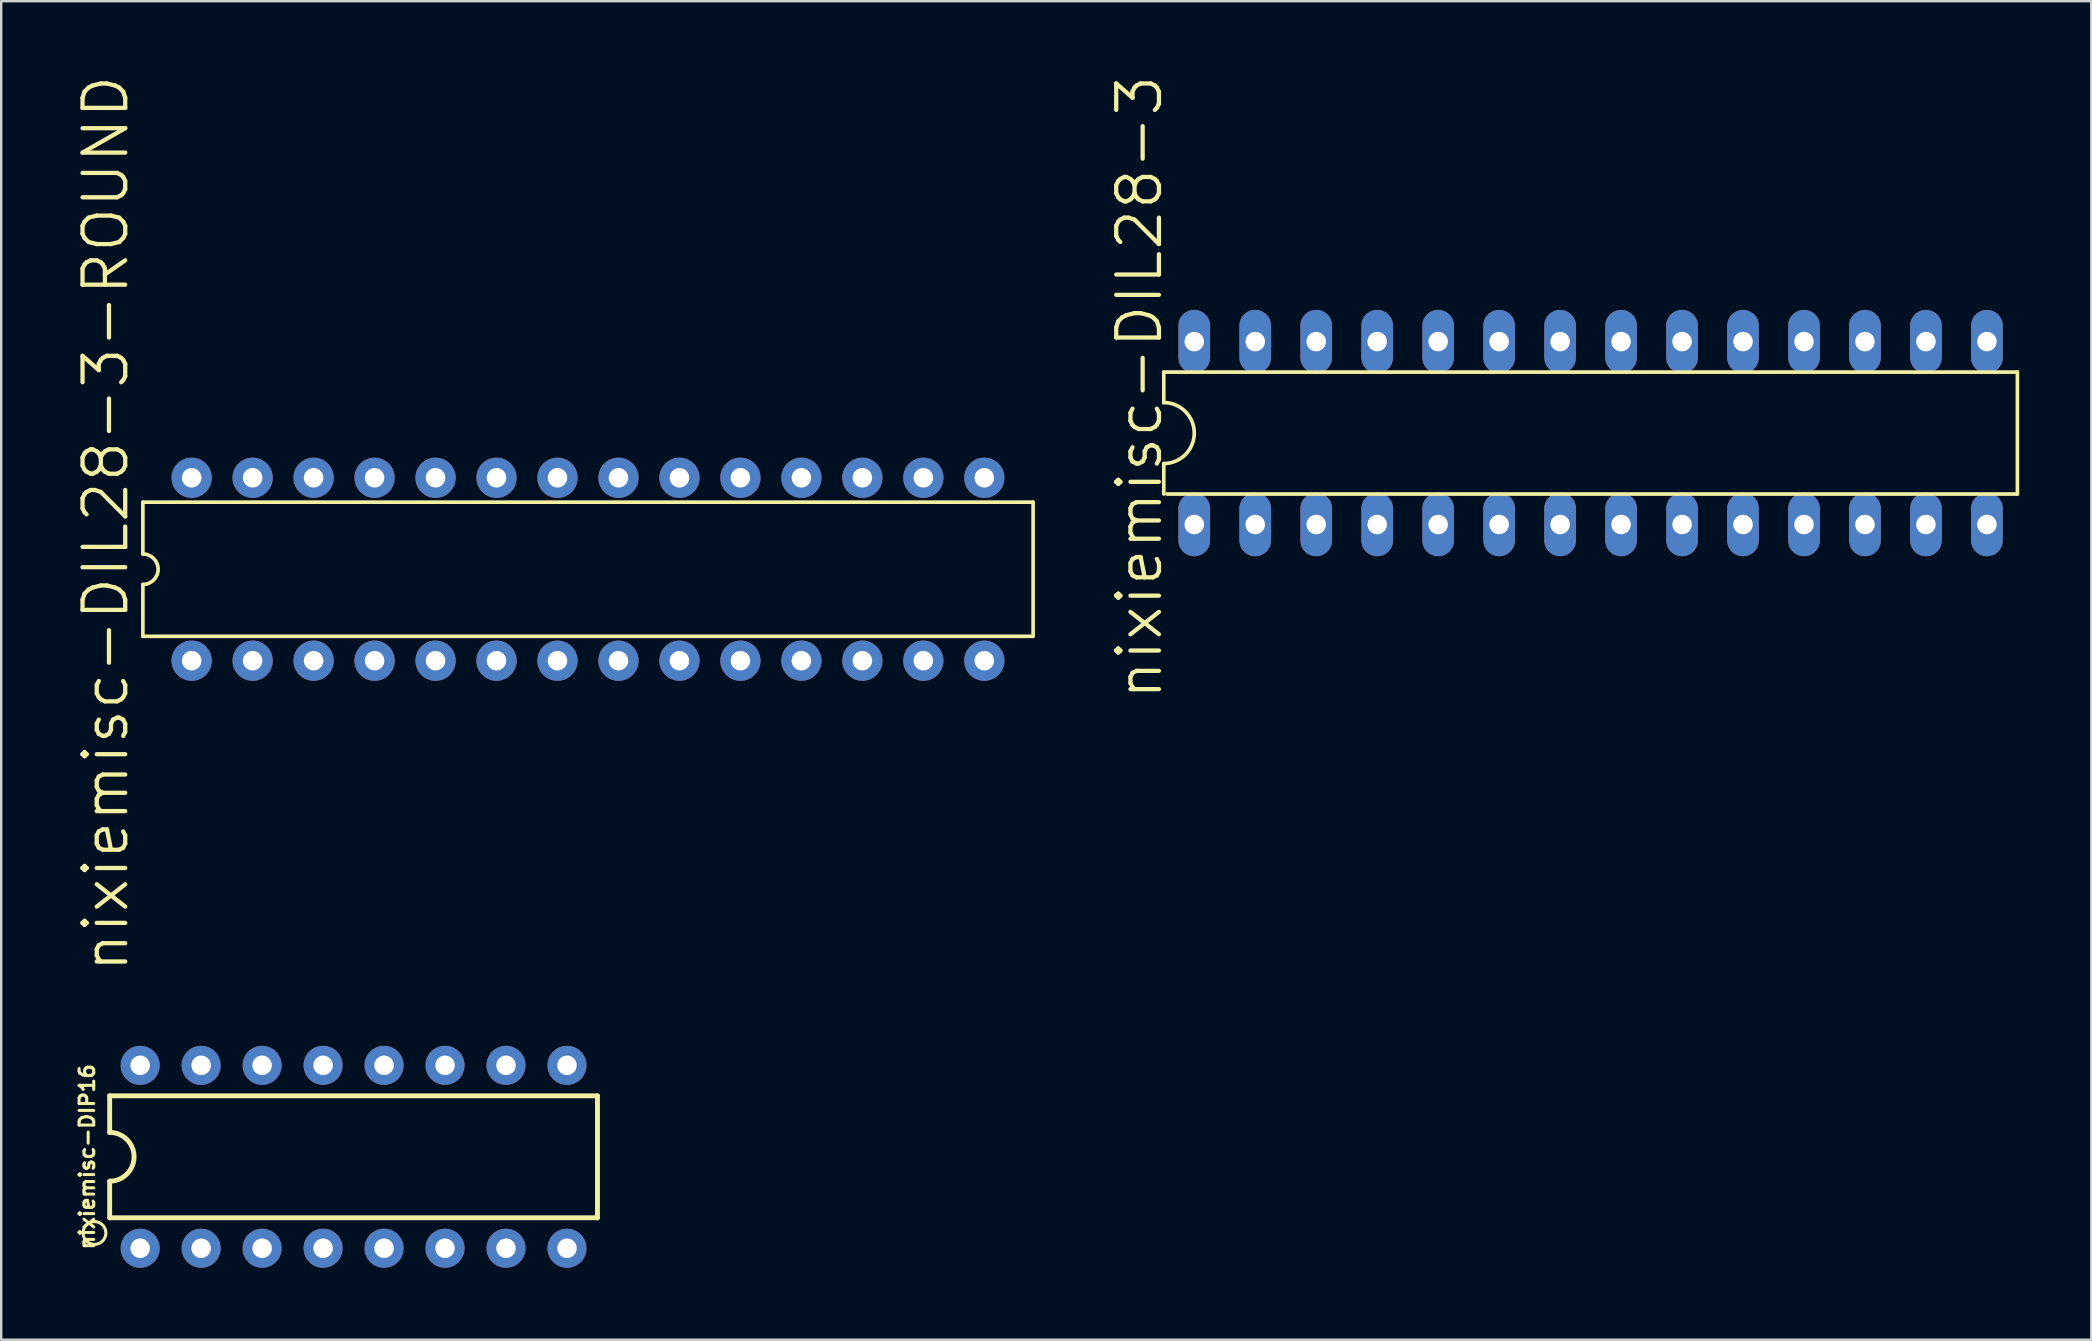
<source format=kicad_pcb>
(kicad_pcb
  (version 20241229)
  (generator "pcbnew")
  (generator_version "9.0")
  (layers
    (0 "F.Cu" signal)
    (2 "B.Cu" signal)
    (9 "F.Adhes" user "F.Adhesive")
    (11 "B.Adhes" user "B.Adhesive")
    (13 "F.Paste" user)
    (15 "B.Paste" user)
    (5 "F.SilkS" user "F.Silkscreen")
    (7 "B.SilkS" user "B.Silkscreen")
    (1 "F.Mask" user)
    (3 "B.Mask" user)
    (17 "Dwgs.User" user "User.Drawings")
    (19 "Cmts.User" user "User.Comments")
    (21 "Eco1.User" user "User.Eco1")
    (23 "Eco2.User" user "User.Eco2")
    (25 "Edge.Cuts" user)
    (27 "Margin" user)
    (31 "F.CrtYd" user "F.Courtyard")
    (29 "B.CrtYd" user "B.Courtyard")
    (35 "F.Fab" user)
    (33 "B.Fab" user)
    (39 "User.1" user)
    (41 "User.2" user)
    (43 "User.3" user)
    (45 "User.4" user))
  (footprint "nixiemisc-DIP16"
    (layer "F.Cu")
    (at 11.679 45.139)
    (property "Reference" "nixiemisc-DIP16" (at -11.1 0 90) (unlocked yes) (layer "F.SilkS") (effects (font (size 0.61 0.61) (thickness 0.127))))
    (attr exclude_from_pos_files exclude_from_bom)
    (fp_line (start -10.16 -2.54) (end -10.16 -1.016) (stroke (width 0.203) (type solid)) (layer "F.SilkS"))
    (fp_line (start -10.16 2.54) (end -10.16 1.016) (stroke (width 0.203) (type solid)) (layer "F.SilkS"))
    (fp_line (start -10.16 2.54) (end 10.16 2.54) (stroke (width 0.203) (type solid)) (layer "F.SilkS"))
    (fp_line (start 10.16 -2.54) (end -10.16 -2.54) (stroke (width 0.203) (type solid)) (layer "F.SilkS"))
    (fp_line (start 10.16 -2.54) (end 10.16 2.54) (stroke (width 0.203) (type solid)) (layer "F.SilkS"))
    (fp_arc (start -10.16 -1.016) (mid -9.144 0) (end -10.16 1.016) (stroke (width 0.2032) (type solid)) (layer "F.SilkS"))
    (fp_poly (pts (xy -11.27 3.175) (xy -11.257 3.068) (xy -11.222 2.967) (xy -11.166 2.878) (xy -11.09 2.802) (xy -11.001 2.746) (xy -10.899 2.71) (xy -10.795 2.697) (xy -10.688 2.71) (xy -10.587 2.746) (xy -10.498 2.802) (xy -10.422 2.878) (xy -10.366 2.967) (xy -10.33 3.068) (xy -10.317 3.175) (xy -10.33 3.279) (xy -10.366 3.381) (xy -10.422 3.47) (xy -10.498 3.546) (xy -10.587 3.602) (xy -10.688 3.637) (xy -10.795 3.65) (xy -10.899 3.637) (xy -11.001 3.602) (xy -11.09 3.546) (xy -11.166 3.47) (xy -11.222 3.381) (xy -11.257 3.279) (xy -11.27 3.175)) (stroke (width 0.127) (type solid)) (fill no) (layer "F.SilkS"))
    (pad "1" thru_hole circle (at -8.89 3.81) (size 1.626 1.626) (drill 0.813) (layers "*.Cu" "*.Mask"))
    (pad "2" thru_hole circle (at -6.35 3.81) (size 1.626 1.626) (drill 0.813) (layers "*.Cu" "*.Mask"))
    (pad "3" thru_hole circle (at -3.81 3.81) (size 1.626 1.626) (drill 0.813) (layers "*.Cu" "*.Mask"))
    (pad "4" thru_hole circle (at -1.27 3.81) (size 1.626 1.626) (drill 0.813) (layers "*.Cu" "*.Mask"))
    (pad "5" thru_hole circle (at 1.27 3.81) (size 1.626 1.626) (drill 0.813) (layers "*.Cu" "*.Mask"))
    (pad "6" thru_hole circle (at 3.81 3.81) (size 1.626 1.626) (drill 0.813) (layers "*.Cu" "*.Mask"))
    (pad "7" thru_hole circle (at 6.35 3.81) (size 1.626 1.626) (drill 0.813) (layers "*.Cu" "*.Mask"))
    (pad "8" thru_hole circle (at 8.89 3.81) (size 1.626 1.626) (drill 0.813) (layers "*.Cu" "*.Mask"))
    (pad "9" thru_hole circle (at 8.89 -3.81) (size 1.626 1.626) (drill 0.813) (layers "*.Cu" "*.Mask"))
    (pad "10" thru_hole circle (at 6.35 -3.81) (size 1.626 1.626) (drill 0.813) (layers "*.Cu" "*.Mask"))
    (pad "11" thru_hole circle (at 3.81 -3.81) (size 1.626 1.626) (drill 0.813) (layers "*.Cu" "*.Mask"))
    (pad "12" thru_hole circle (at 1.27 -3.81) (size 1.626 1.626) (drill 0.813) (layers "*.Cu" "*.Mask"))
    (pad "13" thru_hole circle (at -1.27 -3.81) (size 1.626 1.626) (drill 0.813) (layers "*.Cu" "*.Mask"))
    (pad "14" thru_hole circle (at -3.81 -3.81) (size 1.626 1.626) (drill 0.813) (layers "*.Cu" "*.Mask"))
    (pad "15" thru_hole circle (at -6.35 -3.81) (size 1.626 1.626) (drill 0.813) (layers "*.Cu" "*.Mask"))
    (pad "16" thru_hole circle (at -8.89 -3.81) (size 1.626 1.626) (drill 0.813) (layers "*.Cu" "*.Mask")))
  (footprint "nixiemisc-DIL28-3"
    (layer "F.Cu")
    (at 63.21 14.99)
    (property "Reference" "nixiemisc-DIL28-3" (at -18.796 -1.905 90) (unlocked yes) (layer "F.SilkS") (effects (font (size 1.778 1.778) (thickness 0.178))))
    (attr exclude_from_pos_files exclude_from_bom)
    (fp_line (start -17.78 -2.54) (end -17.78 -1.27) (stroke (width 0.152) (type solid)) (layer "F.SilkS"))
    (fp_line (start -17.78 -2.54) (end 17.78 -2.54) (stroke (width 0.152) (type solid)) (layer "F.SilkS"))
    (fp_line (start -17.78 1.27) (end -17.78 2.54) (stroke (width 0.152) (type solid)) (layer "F.SilkS"))
    (fp_line (start -17.65 2.54) (end 17.78 2.54) (stroke (width 0.152) (type solid)) (layer "F.SilkS"))
    (fp_line (start 17.78 2.54) (end 17.78 -2.54) (stroke (width 0.152) (type solid)) (layer "F.SilkS"))
    (fp_arc (start -17.78 -1.27) (mid -16.51 0) (end -17.78 1.27) (stroke (width 0.1524) (type solid)) (layer "F.SilkS"))
    (pad "1" thru_hole oval (at -16.51 3.81 180) (size 1.321 2.642) (drill 0.813) (layers "*.Cu" "*.Mask"))
    (pad "2" thru_hole oval (at -13.97 3.81 180) (size 1.321 2.642) (drill 0.813) (layers "*.Cu" "*.Mask"))
    (pad "3" thru_hole oval (at -11.43 3.81 180) (size 1.321 2.642) (drill 0.813) (layers "*.Cu" "*.Mask"))
    (pad "4" thru_hole oval (at -8.89 3.81 180) (size 1.321 2.642) (drill 0.813) (layers "*.Cu" "*.Mask"))
    (pad "5" thru_hole oval (at -6.35 3.81 180) (size 1.321 2.642) (drill 0.813) (layers "*.Cu" "*.Mask"))
    (pad "6" thru_hole oval (at -3.81 3.81 180) (size 1.321 2.642) (drill 0.813) (layers "*.Cu" "*.Mask"))
    (pad "7" thru_hole oval (at -1.27 3.81 180) (size 1.321 2.642) (drill 0.813) (layers "*.Cu" "*.Mask"))
    (pad "8" thru_hole oval (at 1.27 3.81 180) (size 1.321 2.642) (drill 0.813) (layers "*.Cu" "*.Mask"))
    (pad "9" thru_hole oval (at 3.81 3.81 180) (size 1.321 2.642) (drill 0.813) (layers "*.Cu" "*.Mask"))
    (pad "10" thru_hole oval (at 6.35 3.81 180) (size 1.321 2.642) (drill 0.813) (layers "*.Cu" "*.Mask"))
    (pad "11" thru_hole oval (at 8.89 3.81 180) (size 1.321 2.642) (drill 0.813) (layers "*.Cu" "*.Mask"))
    (pad "12" thru_hole oval (at 11.43 3.81 180) (size 1.321 2.642) (drill 0.813) (layers "*.Cu" "*.Mask"))
    (pad "13" thru_hole oval (at 13.97 3.81 180) (size 1.321 2.642) (drill 0.813) (layers "*.Cu" "*.Mask"))
    (pad "14" thru_hole oval (at 16.51 3.81 180) (size 1.321 2.642) (drill 0.813) (layers "*.Cu" "*.Mask"))
    (pad "15" thru_hole oval (at 16.51 -3.81 180) (size 1.321 2.642) (drill 0.813) (layers "*.Cu" "*.Mask"))
    (pad "16" thru_hole oval (at 13.97 -3.81 180) (size 1.321 2.642) (drill 0.813) (layers "*.Cu" "*.Mask"))
    (pad "17" thru_hole oval (at 11.43 -3.81 180) (size 1.321 2.642) (drill 0.813) (layers "*.Cu" "*.Mask"))
    (pad "18" thru_hole oval (at 8.89 -3.81 180) (size 1.321 2.642) (drill 0.813) (layers "*.Cu" "*.Mask"))
    (pad "19" thru_hole oval (at 6.35 -3.81 180) (size 1.321 2.642) (drill 0.813) (layers "*.Cu" "*.Mask"))
    (pad "20" thru_hole oval (at 3.81 -3.81 180) (size 1.321 2.642) (drill 0.813) (layers "*.Cu" "*.Mask"))
    (pad "21" thru_hole oval (at 1.27 -3.81 180) (size 1.321 2.642) (drill 0.813) (layers "*.Cu" "*.Mask"))
    (pad "22" thru_hole oval (at -1.27 -3.81 180) (size 1.321 2.642) (drill 0.813) (layers "*.Cu" "*.Mask"))
    (pad "23" thru_hole oval (at -3.81 -3.81 180) (size 1.321 2.642) (drill 0.813) (layers "*.Cu" "*.Mask"))
    (pad "24" thru_hole oval (at -6.35 -3.81 180) (size 1.321 2.642) (drill 0.813) (layers "*.Cu" "*.Mask"))
    (pad "25" thru_hole oval (at -8.89 -3.81 180) (size 1.321 2.642) (drill 0.813) (layers "*.Cu" "*.Mask"))
    (pad "26" thru_hole oval (at -11.43 -3.81 180) (size 1.321 2.642) (drill 0.813) (layers "*.Cu" "*.Mask"))
    (pad "27" thru_hole oval (at -13.97 -3.81 180) (size 1.321 2.642) (drill 0.813) (layers "*.Cu" "*.Mask"))
    (pad "28" thru_hole oval (at -16.51 -3.81 180) (size 1.321 2.642) (drill 0.813) (layers "*.Cu" "*.Mask")))
  (footprint "nixiemisc-DIL28-3-ROUND"
    (layer "F.Cu")
    (at 21.444 20.663)
    (property "Reference" "nixiemisc-DIL28-3-ROUND" (at -20.091 -1.905 90) (unlocked yes) (layer "F.SilkS") (effects (font (size 1.778 1.778) (thickness 0.178))))
    (attr exclude_from_pos_files exclude_from_bom)
    (fp_line (start -18.542 -2.794) (end -18.542 -0.635) (stroke (width 0.152) (type solid)) (layer "F.SilkS"))
    (fp_line (start -18.542 -2.794) (end 18.542 -2.794) (stroke (width 0.152) (type solid)) (layer "F.SilkS"))
    (fp_line (start -18.542 0.635) (end -18.542 2.794) (stroke (width 0.152) (type solid)) (layer "F.SilkS"))
    (fp_line (start -18.542 2.794) (end 18.542 2.794) (stroke (width 0.152) (type solid)) (layer "F.SilkS"))
    (fp_line (start 18.542 -2.794) (end 18.542 2.794) (stroke (width 0.152) (type solid)) (layer "F.SilkS"))
    (fp_arc (start -18.542 -0.635) (mid -17.907 0) (end -18.542 0.635) (stroke (width 0.1524) (type solid)) (layer "F.SilkS"))
    (pad "1" thru_hole circle (at -16.51 3.81) (size 1.676 1.676) (drill 0.813) (layers "*.Cu" "*.Mask"))
    (pad "2" thru_hole circle (at -13.97 3.81) (size 1.676 1.676) (drill 0.813) (layers "*.Cu" "*.Mask"))
    (pad "3" thru_hole circle (at -11.43 3.81) (size 1.676 1.676) (drill 0.813) (layers "*.Cu" "*.Mask"))
    (pad "4" thru_hole circle (at -8.89 3.81) (size 1.676 1.676) (drill 0.813) (layers "*.Cu" "*.Mask"))
    (pad "5" thru_hole circle (at -6.35 3.81) (size 1.676 1.676) (drill 0.813) (layers "*.Cu" "*.Mask"))
    (pad "6" thru_hole circle (at -3.81 3.81) (size 1.676 1.676) (drill 0.813) (layers "*.Cu" "*.Mask"))
    (pad "7" thru_hole circle (at -1.27 3.81) (size 1.676 1.676) (drill 0.813) (layers "*.Cu" "*.Mask"))
    (pad "8" thru_hole circle (at 1.27 3.81) (size 1.676 1.676) (drill 0.813) (layers "*.Cu" "*.Mask"))
    (pad "9" thru_hole circle (at 3.81 3.81) (size 1.676 1.676) (drill 0.813) (layers "*.Cu" "*.Mask"))
    (pad "10" thru_hole circle (at 6.35 3.81) (size 1.676 1.676) (drill 0.813) (layers "*.Cu" "*.Mask"))
    (pad "11" thru_hole circle (at 8.89 3.81) (size 1.676 1.676) (drill 0.813) (layers "*.Cu" "*.Mask"))
    (pad "12" thru_hole circle (at 11.43 3.81) (size 1.676 1.676) (drill 0.813) (layers "*.Cu" "*.Mask"))
    (pad "13" thru_hole circle (at 13.97 3.81) (size 1.676 1.676) (drill 0.813) (layers "*.Cu" "*.Mask"))
    (pad "14" thru_hole circle (at 16.51 3.81) (size 1.676 1.676) (drill 0.813) (layers "*.Cu" "*.Mask"))
    (pad "15" thru_hole circle (at 16.51 -3.81) (size 1.676 1.676) (drill 0.813) (layers "*.Cu" "*.Mask"))
    (pad "16" thru_hole circle (at 13.97 -3.81) (size 1.676 1.676) (drill 0.813) (layers "*.Cu" "*.Mask"))
    (pad "17" thru_hole circle (at 11.43 -3.81) (size 1.676 1.676) (drill 0.813) (layers "*.Cu" "*.Mask"))
    (pad "18" thru_hole circle (at 8.89 -3.81) (size 1.676 1.676) (drill 0.813) (layers "*.Cu" "*.Mask"))
    (pad "19" thru_hole circle (at 6.35 -3.81) (size 1.676 1.676) (drill 0.813) (layers "*.Cu" "*.Mask"))
    (pad "20" thru_hole circle (at 3.81 -3.81) (size 1.676 1.676) (drill 0.813) (layers "*.Cu" "*.Mask"))
    (pad "21" thru_hole circle (at 1.27 -3.81) (size 1.676 1.676) (drill 0.813) (layers "*.Cu" "*.Mask"))
    (pad "22" thru_hole circle (at -1.27 -3.81) (size 1.676 1.676) (drill 0.813) (layers "*.Cu" "*.Mask"))
    (pad "23" thru_hole circle (at -3.81 -3.81) (size 1.676 1.676) (drill 0.813) (layers "*.Cu" "*.Mask"))
    (pad "24" thru_hole circle (at -6.35 -3.81) (size 1.676 1.676) (drill 0.813) (layers "*.Cu" "*.Mask"))
    (pad "25" thru_hole circle (at -8.89 -3.81) (size 1.676 1.676) (drill 0.813) (layers "*.Cu" "*.Mask"))
    (pad "26" thru_hole circle (at -11.43 -3.81) (size 1.676 1.676) (drill 0.813) (layers "*.Cu" "*.Mask"))
    (pad "27" thru_hole circle (at -13.97 -3.81) (size 1.676 1.676) (drill 0.813) (layers "*.Cu" "*.Mask"))
    (pad "28" thru_hole circle (at -16.51 -3.81) (size 1.676 1.676) (drill 0.813) (layers "*.Cu" "*.Mask")))
  (gr_rect
    (start -3 -3)
    (end 84.066 52.761)
    (stroke (width 0.1) (type default))
    (fill no)
    (layer "Edge.Cuts")))
</source>
